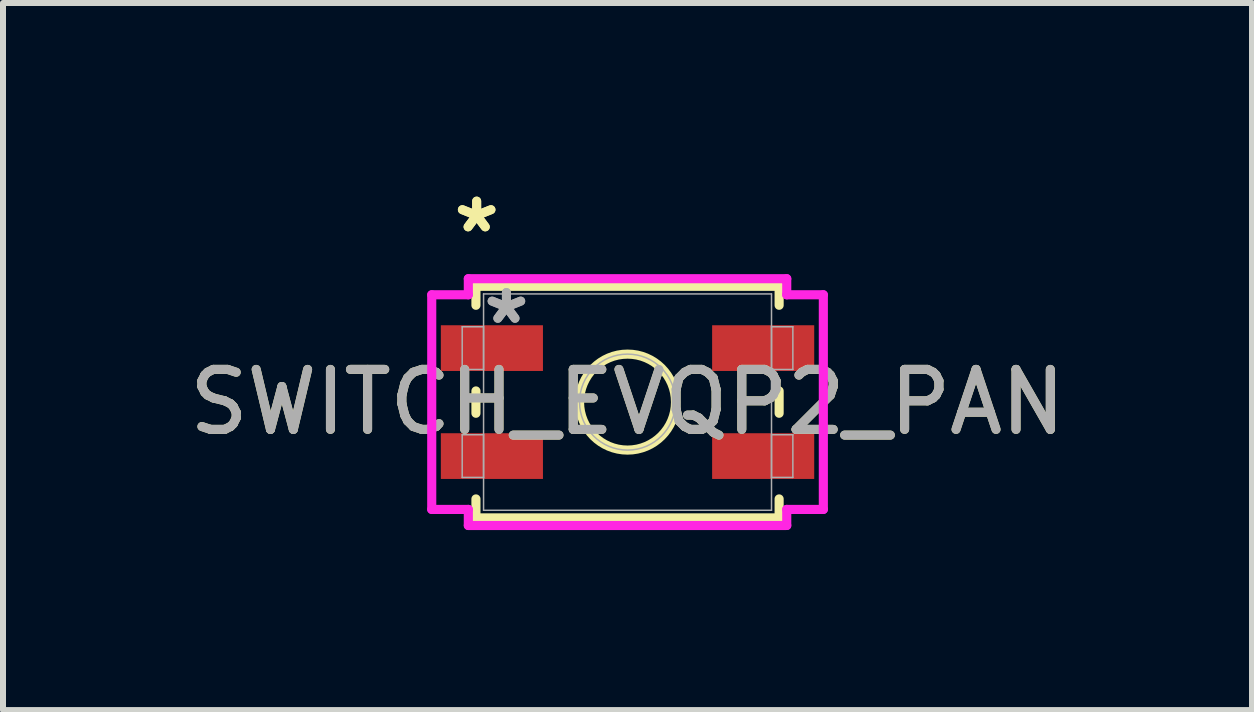
<source format=kicad_pcb>
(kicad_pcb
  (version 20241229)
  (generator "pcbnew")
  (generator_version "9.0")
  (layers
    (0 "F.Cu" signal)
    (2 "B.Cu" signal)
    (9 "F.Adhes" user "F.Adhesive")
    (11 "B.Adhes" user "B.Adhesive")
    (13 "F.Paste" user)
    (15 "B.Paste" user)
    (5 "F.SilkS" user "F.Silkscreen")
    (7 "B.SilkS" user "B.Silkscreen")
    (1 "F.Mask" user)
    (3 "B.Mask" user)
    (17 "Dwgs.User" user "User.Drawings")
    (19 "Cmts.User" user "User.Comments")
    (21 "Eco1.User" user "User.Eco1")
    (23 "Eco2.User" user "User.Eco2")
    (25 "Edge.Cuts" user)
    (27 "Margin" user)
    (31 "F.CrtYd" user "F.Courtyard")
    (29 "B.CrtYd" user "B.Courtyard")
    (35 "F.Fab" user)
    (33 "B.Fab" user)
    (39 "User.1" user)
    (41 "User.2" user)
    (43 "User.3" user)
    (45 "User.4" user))
  (footprint "SWITCH_EVQP2_PAN"
    (layer "F.Cu")
    (at 7.411 3.653)
    (property "Reference" "SWITCH_EVQP2_PAN" (at 0 0 0) (unlocked yes) (layer "F.SilkS") (effects (font (size 1 1) (thickness 0.15))))
    (attr smd)
    (fp_line (start -2.527 -1.93) (end -2.527 -1.614) (stroke (width 0.152) (type solid)) (layer "F.SilkS"))
    (fp_line (start -2.527 -0.186) (end -2.527 0.186) (stroke (width 0.152) (type solid)) (layer "F.SilkS"))
    (fp_line (start -2.527 1.614) (end -2.527 1.93) (stroke (width 0.152) (type solid)) (layer "F.SilkS"))
    (fp_line (start -2.527 1.93) (end 2.527 1.93) (stroke (width 0.152) (type solid)) (layer "F.SilkS"))
    (fp_line (start 2.527 -1.93) (end -2.527 -1.93) (stroke (width 0.152) (type solid)) (layer "F.SilkS"))
    (fp_line (start 2.527 -1.614) (end 2.527 -1.93) (stroke (width 0.152) (type solid)) (layer "F.SilkS"))
    (fp_line (start 2.527 0.186) (end 2.527 -0.186) (stroke (width 0.152) (type solid)) (layer "F.SilkS"))
    (fp_line (start 2.527 1.93) (end 2.527 1.614) (stroke (width 0.152) (type solid)) (layer "F.SilkS"))
    (fp_circle (center 0 0) (end 0.8 0) (stroke (width 0.152) (type solid)) (fill no) (layer "F.SilkS"))
    (fp_line (start -3.264 -1.789) (end -2.654 -1.789) (stroke (width 0.152) (type solid)) (layer "F.CrtYd"))
    (fp_line (start -3.264 1.789) (end -3.264 -1.789) (stroke (width 0.152) (type solid)) (layer "F.CrtYd"))
    (fp_line (start -2.654 -2.057) (end 2.654 -2.057) (stroke (width 0.152) (type solid)) (layer "F.CrtYd"))
    (fp_line (start -2.654 -1.789) (end -2.654 -2.057) (stroke (width 0.152) (type solid)) (layer "F.CrtYd"))
    (fp_line (start -2.654 1.789) (end -3.264 1.789) (stroke (width 0.152) (type solid)) (layer "F.CrtYd"))
    (fp_line (start -2.654 2.057) (end -2.654 1.789) (stroke (width 0.152) (type solid)) (layer "F.CrtYd"))
    (fp_line (start 2.654 -2.057) (end 2.654 -1.789) (stroke (width 0.152) (type solid)) (layer "F.CrtYd"))
    (fp_line (start 2.654 -1.789) (end 3.264 -1.789) (stroke (width 0.152) (type solid)) (layer "F.CrtYd"))
    (fp_line (start 2.654 1.789) (end 2.654 2.057) (stroke (width 0.152) (type solid)) (layer "F.CrtYd"))
    (fp_line (start 2.654 2.057) (end -2.654 2.057) (stroke (width 0.152) (type solid)) (layer "F.CrtYd"))
    (fp_line (start 3.264 -1.789) (end 3.264 1.789) (stroke (width 0.152) (type solid)) (layer "F.CrtYd"))
    (fp_line (start 3.264 1.789) (end 2.654 1.789) (stroke (width 0.152) (type solid)) (layer "F.CrtYd"))
    (fp_line (start -2.756 -1.256) (end -2.756 -0.544) (stroke (width 0.025) (type solid)) (layer "F.Fab"))
    (fp_line (start -2.756 -0.544) (end -2.4 -0.544) (stroke (width 0.025) (type solid)) (layer "F.Fab"))
    (fp_line (start -2.756 0.544) (end -2.756 1.256) (stroke (width 0.025) (type solid)) (layer "F.Fab"))
    (fp_line (start -2.756 1.256) (end -2.4 1.256) (stroke (width 0.025) (type solid)) (layer "F.Fab"))
    (fp_line (start -2.4 -1.803) (end -2.4 1.803) (stroke (width 0.025) (type solid)) (layer "F.Fab"))
    (fp_line (start -2.4 -1.256) (end -2.756 -1.256) (stroke (width 0.025) (type solid)) (layer "F.Fab"))
    (fp_line (start -2.4 -0.544) (end -2.4 -1.256) (stroke (width 0.025) (type solid)) (layer "F.Fab"))
    (fp_line (start -2.4 0.544) (end -2.756 0.544) (stroke (width 0.025) (type solid)) (layer "F.Fab"))
    (fp_line (start -2.4 1.256) (end -2.4 0.544) (stroke (width 0.025) (type solid)) (layer "F.Fab"))
    (fp_line (start -2.4 1.803) (end 2.4 1.803) (stroke (width 0.025) (type solid)) (layer "F.Fab"))
    (fp_line (start 2.4 -1.803) (end -2.4 -1.803) (stroke (width 0.025) (type solid)) (layer "F.Fab"))
    (fp_line (start 2.4 -1.256) (end 2.4 -0.544) (stroke (width 0.025) (type solid)) (layer "F.Fab"))
    (fp_line (start 2.4 -0.544) (end 2.756 -0.544) (stroke (width 0.025) (type solid)) (layer "F.Fab"))
    (fp_line (start 2.4 0.544) (end 2.4 1.256) (stroke (width 0.025) (type solid)) (layer "F.Fab"))
    (fp_line (start 2.4 1.256) (end 2.756 1.256) (stroke (width 0.025) (type solid)) (layer "F.Fab"))
    (fp_line (start 2.4 1.803) (end 2.4 -1.803) (stroke (width 0.025) (type solid)) (layer "F.Fab"))
    (fp_line (start 2.756 -1.256) (end 2.4 -1.256) (stroke (width 0.025) (type solid)) (layer "F.Fab"))
    (fp_line (start 2.756 -0.544) (end 2.756 -1.256) (stroke (width 0.025) (type solid)) (layer "F.Fab"))
    (fp_line (start 2.756 0.544) (end 2.4 0.544) (stroke (width 0.025) (type solid)) (layer "F.Fab"))
    (fp_line (start 2.756 1.256) (end 2.756 0.544) (stroke (width 0.025) (type solid)) (layer "F.Fab"))
    (fp_circle (center 0 0) (end 0.8 0) (stroke (width 0.025) (type solid)) (fill no) (layer "F.Fab"))
    (fp_text user "*" (at -2.515 -2.805 0) (layer "F.SilkS") (effects (font (size 1 1) (thickness 0.15))))
    (fp_text user "*" (at -2.515 -2.805 0) (unlocked yes) (layer "F.SilkS") (effects (font (size 1 1) (thickness 0.15))))
    (fp_text user "*" (at -2.019 -1.281 0) (layer "F.Fab") (effects (font (size 1 1) (thickness 0.15))))
    (fp_text user "${REFERENCE}" (at 0 0 0) (unlocked yes) (layer "F.Fab") (effects (font (size 1 1) (thickness 0.15))))
    (fp_text user "*" (at -2.019 -1.281 0) (unlocked yes) (layer "F.Fab") (effects (font (size 1 1) (thickness 0.15))))
    (pad "1" smd rect (at -2.261 -0.9) (size 1.702 0.762) (layers "F.Cu" "F.Mask" "F.Paste"))
    (pad "2" smd rect (at -2.261 0.9) (size 1.702 0.762) (layers "F.Cu" "F.Mask" "F.Paste"))
    (pad "3" smd rect (at 2.261 0.9) (size 1.702 0.762) (layers "F.Cu" "F.Mask" "F.Paste"))
    (pad "4" smd rect (at 2.261 -0.9) (size 1.702 0.762) (layers "F.Cu" "F.Mask" "F.Paste")))
  (gr_rect
    (start -3 -3)
    (end 17.821 8.787)
    (stroke (width 0.1) (type default))
    (fill no)
    (layer "Edge.Cuts")))
</source>
